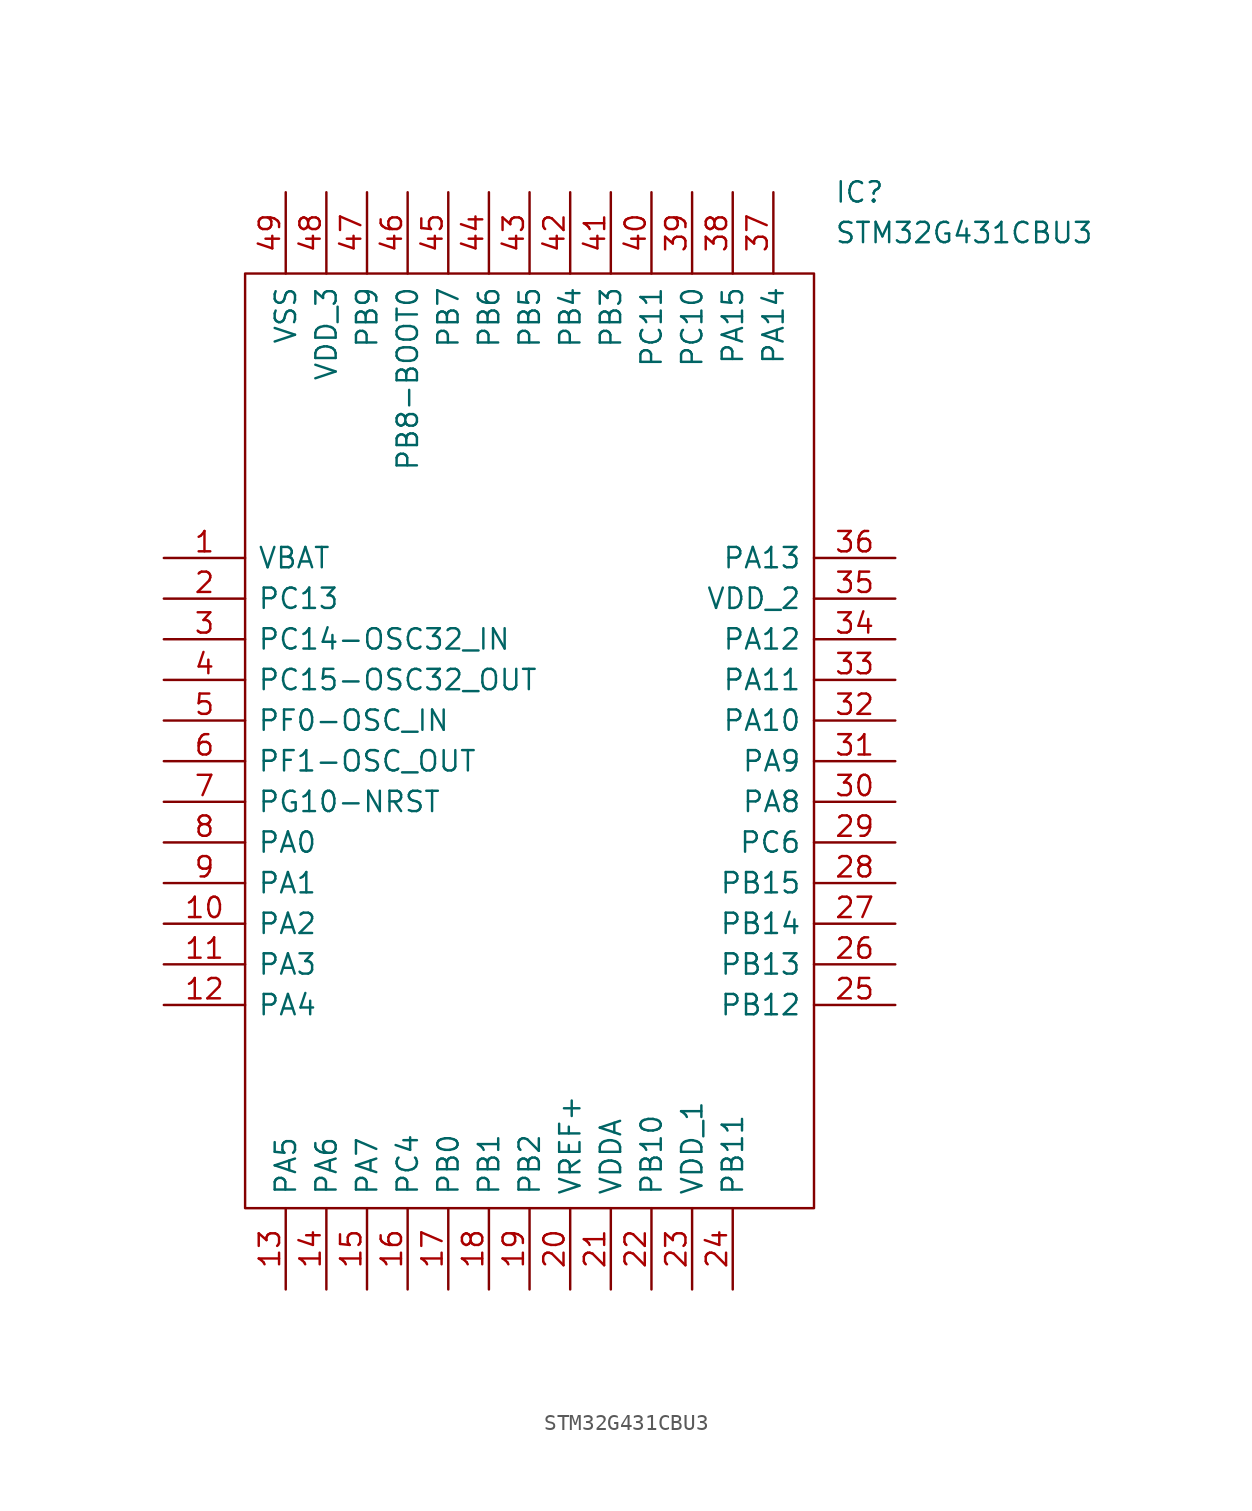
<source format=kicad_sym>
(kicad_symbol_lib
  (version 20211014)
  (generator kicad_symbol_editor)
  (symbol "STM32G431CBU3"
    (pin_names
      (offset 0.762))
    (property "Reference" "IC"
      (at 41.91 22.86 0)
      (effects (font (size 1.27 1.27)) (justify left)))
    (property "Value" "STM32G431CBU3"
      (at 41.91 20.32 0)
      (effects (font (size 1.27 1.27)) (justify left)))
    (symbol "STM32G431CBU3_0_0"
      (pin passive line (at 0 0 0) (length 5.08) (name "VBAT" (effects (font (size 1.27 1.27)))) (number "1" (effects (font (size 1.27 1.27)))))
      (pin passive line (at 0 -22.86 0) (length 5.08) (name "PA2" (effects (font (size 1.27 1.27)))) (number "10" (effects (font (size 1.27 1.27)))))
      (pin passive line (at 0 -25.4 0) (length 5.08) (name "PA3" (effects (font (size 1.27 1.27)))) (number "11" (effects (font (size 1.27 1.27)))))
      (pin passive line (at 0 -27.94 0) (length 5.08) (name "PA4" (effects (font (size 1.27 1.27)))) (number "12" (effects (font (size 1.27 1.27)))))
      (pin passive line (at 7.62 -45.72 90) (length 5.08) (name "PA5" (effects (font (size 1.27 1.27)))) (number "13" (effects (font (size 1.27 1.27)))))
      (pin passive line (at 10.16 -45.72 90) (length 5.08) (name "PA6" (effects (font (size 1.27 1.27)))) (number "14" (effects (font (size 1.27 1.27)))))
      (pin passive line (at 12.7 -45.72 90) (length 5.08) (name "PA7" (effects (font (size 1.27 1.27)))) (number "15" (effects (font (size 1.27 1.27)))))
      (pin passive line (at 15.24 -45.72 90) (length 5.08) (name "PC4" (effects (font (size 1.27 1.27)))) (number "16" (effects (font (size 1.27 1.27)))))
      (pin passive line (at 17.78 -45.72 90) (length 5.08) (name "PB0" (effects (font (size 1.27 1.27)))) (number "17" (effects (font (size 1.27 1.27)))))
      (pin passive line (at 20.32 -45.72 90) (length 5.08) (name "PB1" (effects (font (size 1.27 1.27)))) (number "18" (effects (font (size 1.27 1.27)))))
      (pin passive line (at 22.86 -45.72 90) (length 5.08) (name "PB2" (effects (font (size 1.27 1.27)))) (number "19" (effects (font (size 1.27 1.27)))))
      (pin passive line (at 0 -2.54 0) (length 5.08) (name "PC13" (effects (font (size 1.27 1.27)))) (number "2" (effects (font (size 1.27 1.27)))))
      (pin passive line (at 25.4 -45.72 90) (length 5.08) (name "VREF+" (effects (font (size 1.27 1.27)))) (number "20" (effects (font (size 1.27 1.27)))))
      (pin passive line (at 27.94 -45.72 90) (length 5.08) (name "VDDA" (effects (font (size 1.27 1.27)))) (number "21" (effects (font (size 1.27 1.27)))))
      (pin passive line (at 30.48 -45.72 90) (length 5.08) (name "PB10" (effects (font (size 1.27 1.27)))) (number "22" (effects (font (size 1.27 1.27)))))
      (pin passive line (at 33.02 -45.72 90) (length 5.08) (name "VDD_1" (effects (font (size 1.27 1.27)))) (number "23" (effects (font (size 1.27 1.27)))))
      (pin passive line (at 35.56 -45.72 90) (length 5.08) (name "PB11" (effects (font (size 1.27 1.27)))) (number "24" (effects (font (size 1.27 1.27)))))
      (pin passive line (at 45.72 -27.94 180) (length 5.08) (name "PB12" (effects (font (size 1.27 1.27)))) (number "25" (effects (font (size 1.27 1.27)))))
      (pin passive line (at 45.72 -25.4 180) (length 5.08) (name "PB13" (effects (font (size 1.27 1.27)))) (number "26" (effects (font (size 1.27 1.27)))))
      (pin passive line (at 45.72 -22.86 180) (length 5.08) (name "PB14" (effects (font (size 1.27 1.27)))) (number "27" (effects (font (size 1.27 1.27)))))
      (pin passive line (at 45.72 -20.32 180) (length 5.08) (name "PB15" (effects (font (size 1.27 1.27)))) (number "28" (effects (font (size 1.27 1.27)))))
      (pin passive line (at 45.72 -17.78 180) (length 5.08) (name "PC6" (effects (font (size 1.27 1.27)))) (number "29" (effects (font (size 1.27 1.27)))))
      (pin passive line (at 0 -5.08 0) (length 5.08) (name "PC14-OSC32_IN" (effects (font (size 1.27 1.27)))) (number "3" (effects (font (size 1.27 1.27)))))
      (pin passive line (at 45.72 -15.24 180) (length 5.08) (name "PA8" (effects (font (size 1.27 1.27)))) (number "30" (effects (font (size 1.27 1.27)))))
      (pin passive line (at 45.72 -12.7 180) (length 5.08) (name "PA9" (effects (font (size 1.27 1.27)))) (number "31" (effects (font (size 1.27 1.27)))))
      (pin passive line (at 45.72 -10.16 180) (length 5.08) (name "PA10" (effects (font (size 1.27 1.27)))) (number "32" (effects (font (size 1.27 1.27)))))
      (pin passive line (at 45.72 -7.62 180) (length 5.08) (name "PA11" (effects (font (size 1.27 1.27)))) (number "33" (effects (font (size 1.27 1.27)))))
      (pin passive line (at 45.72 -5.08 180) (length 5.08) (name "PA12" (effects (font (size 1.27 1.27)))) (number "34" (effects (font (size 1.27 1.27)))))
      (pin passive line (at 45.72 -2.54 180) (length 5.08) (name "VDD_2" (effects (font (size 1.27 1.27)))) (number "35" (effects (font (size 1.27 1.27)))))
      (pin passive line (at 45.72 0 180) (length 5.08) (name "PA13" (effects (font (size 1.27 1.27)))) (number "36" (effects (font (size 1.27 1.27)))))
      (pin passive line (at 38.1 22.86 270) (length 5.08) (name "PA14" (effects (font (size 1.27 1.27)))) (number "37" (effects (font (size 1.27 1.27)))))
      (pin passive line (at 35.56 22.86 270) (length 5.08) (name "PA15" (effects (font (size 1.27 1.27)))) (number "38" (effects (font (size 1.27 1.27)))))
      (pin passive line (at 33.02 22.86 270) (length 5.08) (name "PC10" (effects (font (size 1.27 1.27)))) (number "39" (effects (font (size 1.27 1.27)))))
      (pin passive line (at 0 -7.62 0) (length 5.08) (name "PC15-OSC32_OUT" (effects (font (size 1.27 1.27)))) (number "4" (effects (font (size 1.27 1.27)))))
      (pin passive line (at 30.48 22.86 270) (length 5.08) (name "PC11" (effects (font (size 1.27 1.27)))) (number "40" (effects (font (size 1.27 1.27)))))
      (pin passive line (at 27.94 22.86 270) (length 5.08) (name "PB3" (effects (font (size 1.27 1.27)))) (number "41" (effects (font (size 1.27 1.27)))))
      (pin passive line (at 25.4 22.86 270) (length 5.08) (name "PB4" (effects (font (size 1.27 1.27)))) (number "42" (effects (font (size 1.27 1.27)))))
      (pin passive line (at 22.86 22.86 270) (length 5.08) (name "PB5" (effects (font (size 1.27 1.27)))) (number "43" (effects (font (size 1.27 1.27)))))
      (pin passive line (at 20.32 22.86 270) (length 5.08) (name "PB6" (effects (font (size 1.27 1.27)))) (number "44" (effects (font (size 1.27 1.27)))))
      (pin passive line (at 17.78 22.86 270) (length 5.08) (name "PB7" (effects (font (size 1.27 1.27)))) (number "45" (effects (font (size 1.27 1.27)))))
      (pin passive line (at 15.24 22.86 270) (length 5.08) (name "PB8-BOOT0" (effects (font (size 1.27 1.27)))) (number "46" (effects (font (size 1.27 1.27)))))
      (pin passive line (at 12.7 22.86 270) (length 5.08) (name "PB9" (effects (font (size 1.27 1.27)))) (number "47" (effects (font (size 1.27 1.27)))))
      (pin passive line (at 10.16 22.86 270) (length 5.08) (name "VDD_3" (effects (font (size 1.27 1.27)))) (number "48" (effects (font (size 1.27 1.27)))))
      (pin passive line (at 7.62 22.86 270) (length 5.08) (name "VSS" (effects (font (size 1.27 1.27)))) (number "49" (effects (font (size 1.27 1.27)))))
      (pin passive line (at 0 -10.16 0) (length 5.08) (name "PF0-OSC_IN" (effects (font (size 1.27 1.27)))) (number "5" (effects (font (size 1.27 1.27)))))
      (pin passive line (at 0 -12.7 0) (length 5.08) (name "PF1-OSC_OUT" (effects (font (size 1.27 1.27)))) (number "6" (effects (font (size 1.27 1.27)))))
      (pin passive line (at 0 -15.24 0) (length 5.08) (name "PG10-NRST" (effects (font (size 1.27 1.27)))) (number "7" (effects (font (size 1.27 1.27)))))
      (pin passive line (at 0 -17.78 0) (length 5.08) (name "PA0" (effects (font (size 1.27 1.27)))) (number "8" (effects (font (size 1.27 1.27)))))
      (pin passive line (at 0 -20.32 0) (length 5.08) (name "PA1" (effects (font (size 1.27 1.27)))) (number "9" (effects (font (size 1.27 1.27))))))
    (symbol "STM32G431CBU3_0_1"
      (polyline (pts (xy 5.08 17.78) (xy 40.64 17.78) (xy 40.64 -40.64) (xy 5.08 -40.64) (xy 5.08 17.78)) (stroke (width 0.152) (type default) (color 0 0 0 0)) (fill (type none))))))
</source>
